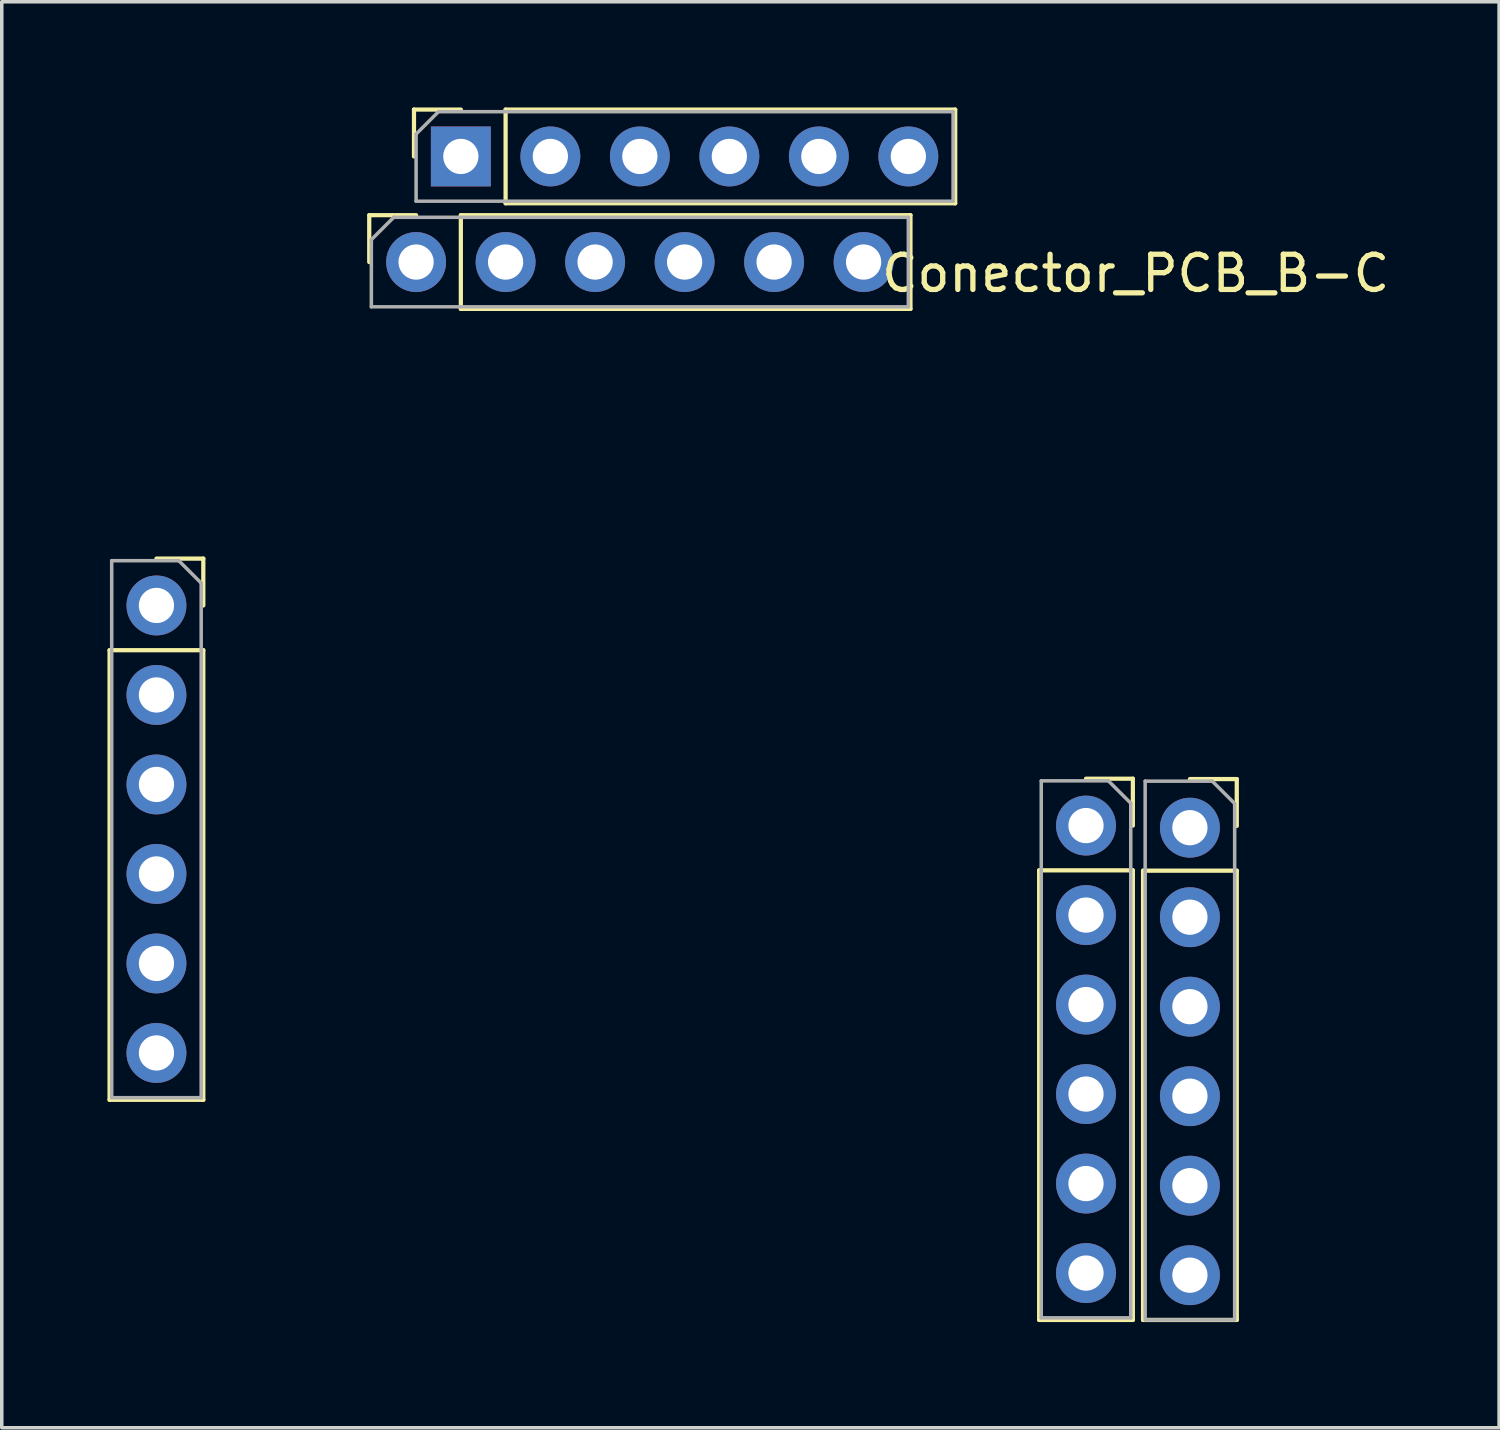
<source format=kicad_pcb>
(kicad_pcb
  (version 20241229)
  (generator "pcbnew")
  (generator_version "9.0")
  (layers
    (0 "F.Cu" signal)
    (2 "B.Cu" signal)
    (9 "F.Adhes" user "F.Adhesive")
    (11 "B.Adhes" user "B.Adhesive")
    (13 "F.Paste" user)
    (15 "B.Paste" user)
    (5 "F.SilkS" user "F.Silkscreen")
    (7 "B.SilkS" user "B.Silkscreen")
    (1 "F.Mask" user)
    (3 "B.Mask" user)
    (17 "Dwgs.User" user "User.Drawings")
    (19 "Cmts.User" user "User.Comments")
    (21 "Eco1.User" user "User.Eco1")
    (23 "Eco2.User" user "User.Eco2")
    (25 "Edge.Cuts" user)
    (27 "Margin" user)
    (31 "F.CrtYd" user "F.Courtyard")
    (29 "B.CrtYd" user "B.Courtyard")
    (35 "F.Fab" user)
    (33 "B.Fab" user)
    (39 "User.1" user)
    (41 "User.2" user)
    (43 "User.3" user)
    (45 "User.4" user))
  (footprint "Conector_PCB_B-C"
    (layer "F.Cu")
    (at 16.43 21.71)
    (property "Reference" "Conector_PCB_B-C" (at 12.75 -17 0) (layer "F.SilkS") (effects (font (size 1 1) (thickness 0.15))))
    (attr through_hole)
    (fp_line (start -16.37 -6.307) (end -16.37 6.453) (stroke (width 0.12) (type solid)) (layer "F.SilkS"))
    (fp_line (start -16.37 -6.307) (end -13.71 -6.307) (stroke (width 0.12) (type solid)) (layer "F.SilkS"))
    (fp_line (start -16.37 6.453) (end -13.71 6.453) (stroke (width 0.12) (type solid)) (layer "F.SilkS"))
    (fp_line (start -15.04 -8.907) (end -13.71 -8.907) (stroke (width 0.12) (type solid)) (layer "F.SilkS"))
    (fp_line (start -13.71 -8.907) (end -13.71 -7.577) (stroke (width 0.12) (type solid)) (layer "F.SilkS"))
    (fp_line (start -13.71 -6.307) (end -13.71 6.453) (stroke (width 0.12) (type solid)) (layer "F.SilkS"))
    (fp_line (start -9.001 -18.653) (end -7.671 -18.653) (stroke (width 0.12) (type solid)) (layer "F.SilkS"))
    (fp_line (start -9.001 -17.323) (end -9.001 -18.653) (stroke (width 0.12) (type solid)) (layer "F.SilkS"))
    (fp_line (start -7.731 -21.65) (end -6.401 -21.65) (stroke (width 0.12) (type solid)) (layer "F.SilkS"))
    (fp_line (start -7.731 -20.32) (end -7.731 -21.65) (stroke (width 0.12) (type solid)) (layer "F.SilkS"))
    (fp_line (start -6.401 -18.653) (end 6.359 -18.653) (stroke (width 0.12) (type solid)) (layer "F.SilkS"))
    (fp_line (start -6.401 -15.993) (end -6.401 -18.653) (stroke (width 0.12) (type solid)) (layer "F.SilkS"))
    (fp_line (start -6.401 -15.993) (end 6.359 -15.993) (stroke (width 0.12) (type solid)) (layer "F.SilkS"))
    (fp_line (start -5.131 -21.65) (end 7.629 -21.65) (stroke (width 0.12) (type solid)) (layer "F.SilkS"))
    (fp_line (start -5.131 -18.99) (end -5.131 -21.65) (stroke (width 0.12) (type solid)) (layer "F.SilkS"))
    (fp_line (start -5.131 -18.99) (end 7.629 -18.99) (stroke (width 0.12) (type solid)) (layer "F.SilkS"))
    (fp_line (start 6.359 -15.993) (end 6.359 -18.653) (stroke (width 0.12) (type solid)) (layer "F.SilkS"))
    (fp_line (start 7.629 -18.99) (end 7.629 -21.65) (stroke (width 0.12) (type solid)) (layer "F.SilkS"))
    (fp_line (start 10.011 -0.06) (end 10.011 12.7) (stroke (width 0.12) (type solid)) (layer "F.SilkS"))
    (fp_line (start 10.011 -0.06) (end 12.671 -0.06) (stroke (width 0.12) (type solid)) (layer "F.SilkS"))
    (fp_line (start 10.011 12.7) (end 12.671 12.7) (stroke (width 0.12) (type solid)) (layer "F.SilkS"))
    (fp_line (start 11.341 -2.66) (end 12.671 -2.66) (stroke (width 0.12) (type solid)) (layer "F.SilkS"))
    (fp_line (start 12.671 -2.66) (end 12.671 -1.33) (stroke (width 0.12) (type solid)) (layer "F.SilkS"))
    (fp_line (start 12.671 -0.06) (end 12.671 12.7) (stroke (width 0.12) (type solid)) (layer "F.SilkS"))
    (fp_line (start 12.96 -0.05) (end 12.96 12.7) (stroke (width 0.12) (type solid)) (layer "F.SilkS"))
    (fp_line (start 12.96 -0.05) (end 15.62 -0.05) (stroke (width 0.12) (type solid)) (layer "F.SilkS"))
    (fp_line (start 12.96 12.7) (end 15.62 12.7) (stroke (width 0.12) (type solid)) (layer "F.SilkS"))
    (fp_line (start 14.29 -2.65) (end 15.62 -2.65) (stroke (width 0.12) (type solid)) (layer "F.SilkS"))
    (fp_line (start 15.62 -2.65) (end 15.62 -1.32) (stroke (width 0.12) (type solid)) (layer "F.SilkS"))
    (fp_line (start 15.62 -0.05) (end 15.62 12.7) (stroke (width 0.12) (type solid)) (layer "F.SilkS"))
    (fp_line (start -16.31 -8.847) (end -14.405 -8.847) (stroke (width 0.1) (type solid)) (layer "F.Fab"))
    (fp_line (start -16.31 6.393) (end -16.31 -8.847) (stroke (width 0.1) (type solid)) (layer "F.Fab"))
    (fp_line (start -14.405 -8.847) (end -13.77 -8.212) (stroke (width 0.1) (type solid)) (layer "F.Fab"))
    (fp_line (start -13.77 -8.212) (end -13.77 6.393) (stroke (width 0.1) (type solid)) (layer "F.Fab"))
    (fp_line (start -13.77 6.393) (end -16.31 6.393) (stroke (width 0.1) (type solid)) (layer "F.Fab"))
    (fp_line (start -8.941 -17.958) (end -8.306 -18.593) (stroke (width 0.1) (type solid)) (layer "F.Fab"))
    (fp_line (start -8.941 -16.053) (end -8.941 -17.958) (stroke (width 0.1) (type solid)) (layer "F.Fab"))
    (fp_line (start -8.306 -18.593) (end 6.299 -18.593) (stroke (width 0.1) (type solid)) (layer "F.Fab"))
    (fp_line (start -7.671 -20.955) (end -7.036 -21.59) (stroke (width 0.1) (type solid)) (layer "F.Fab"))
    (fp_line (start -7.671 -19.05) (end -7.671 -20.955) (stroke (width 0.1) (type solid)) (layer "F.Fab"))
    (fp_line (start -7.036 -21.59) (end 7.569 -21.59) (stroke (width 0.1) (type solid)) (layer "F.Fab"))
    (fp_line (start 6.299 -18.593) (end 6.299 -16.053) (stroke (width 0.1) (type solid)) (layer "F.Fab"))
    (fp_line (start 6.299 -16.053) (end -8.941 -16.053) (stroke (width 0.1) (type solid)) (layer "F.Fab"))
    (fp_line (start 7.569 -21.59) (end 7.569 -19.05) (stroke (width 0.1) (type solid)) (layer "F.Fab"))
    (fp_line (start 7.569 -19.05) (end -7.671 -19.05) (stroke (width 0.1) (type solid)) (layer "F.Fab"))
    (fp_line (start 10.071 -2.6) (end 11.976 -2.6) (stroke (width 0.1) (type solid)) (layer "F.Fab"))
    (fp_line (start 10.071 12.64) (end 10.071 -2.6) (stroke (width 0.1) (type solid)) (layer "F.Fab"))
    (fp_line (start 11.976 -2.6) (end 12.611 -1.965) (stroke (width 0.1) (type solid)) (layer "F.Fab"))
    (fp_line (start 12.611 -1.965) (end 12.611 12.64) (stroke (width 0.1) (type solid)) (layer "F.Fab"))
    (fp_line (start 12.611 12.64) (end 10.071 12.64) (stroke (width 0.1) (type solid)) (layer "F.Fab"))
    (fp_line (start 13.02 -2.59) (end 14.925 -2.59) (stroke (width 0.1) (type solid)) (layer "F.Fab"))
    (fp_line (start 13.02 12.65) (end 13.02 -2.59) (stroke (width 0.1) (type solid)) (layer "F.Fab"))
    (fp_line (start 14.925 -2.59) (end 15.56 -1.955) (stroke (width 0.1) (type solid)) (layer "F.Fab"))
    (fp_line (start 15.56 -1.955) (end 15.56 12.65) (stroke (width 0.1) (type solid)) (layer "F.Fab"))
    (fp_line (start 15.56 12.7) (end 13.02 12.7) (stroke (width 0.1) (type solid)) (layer "F.Fab"))
    (pad "1" thru_hole rect (at -6.401 -20.32 90) (size 1.7 1.7) (drill 1) (layers "*.Cu" "*.Mask"))
    (pad "2" thru_hole oval (at -3.861 -20.32 90) (size 1.7 1.7) (drill 1) (layers "*.Cu" "*.Mask"))
    (pad "3" thru_hole oval (at -1.321 -20.32 90) (size 1.7 1.7) (drill 1) (layers "*.Cu" "*.Mask"))
    (pad "4" thru_hole oval (at 1.219 -20.32 90) (size 1.7 1.7) (drill 1) (layers "*.Cu" "*.Mask"))
    (pad "5" thru_hole oval (at 3.759 -20.32 90) (size 1.7 1.7) (drill 1) (layers "*.Cu" "*.Mask"))
    (pad "6" thru_hole oval (at 6.299 -20.32 90) (size 1.7 1.7) (drill 1) (layers "*.Cu" "*.Mask"))
    (pad "7" thru_hole circle (at -7.671 -17.323 90) (size 1.7 1.7) (drill 1) (layers "*.Cu" "*.Mask"))
    (pad "8" thru_hole oval (at -5.131 -17.323 90) (size 1.7 1.7) (drill 1) (layers "*.Cu" "*.Mask"))
    (pad "9" thru_hole oval (at -2.591 -17.323 90) (size 1.7 1.7) (drill 1) (layers "*.Cu" "*.Mask"))
    (pad "10" thru_hole oval (at -0.051 -17.323 90) (size 1.7 1.7) (drill 1) (layers "*.Cu" "*.Mask"))
    (pad "11" thru_hole oval (at 2.489 -17.323 90) (size 1.7 1.7) (drill 1) (layers "*.Cu" "*.Mask"))
    (pad "12" thru_hole oval (at 5.029 -17.323 90) (size 1.7 1.7) (drill 1) (layers "*.Cu" "*.Mask"))
    (pad "13" thru_hole circle (at -15.04 -7.577) (size 1.7 1.7) (drill 1) (layers "*.Cu" "*.Mask"))
    (pad "14" thru_hole oval (at -15.04 -5.037) (size 1.7 1.7) (drill 1) (layers "*.Cu" "*.Mask"))
    (pad "15" thru_hole oval (at -15.04 -2.497) (size 1.7 1.7) (drill 1) (layers "*.Cu" "*.Mask"))
    (pad "16" thru_hole oval (at -15.04 0.043) (size 1.7 1.7) (drill 1) (layers "*.Cu" "*.Mask"))
    (pad "17" thru_hole oval (at -15.04 2.583) (size 1.7 1.7) (drill 1) (layers "*.Cu" "*.Mask"))
    (pad "18" thru_hole oval (at -15.04 5.123) (size 1.7 1.7) (drill 1) (layers "*.Cu" "*.Mask"))
    (pad "19" thru_hole oval (at 14.29 11.43) (size 1.7 1.7) (drill 1) (layers "*.Cu" "*.Mask"))
    (pad "20" thru_hole oval (at 14.29 8.89) (size 1.7 1.7) (drill 1) (layers "*.Cu" "*.Mask"))
    (pad "21" thru_hole oval (at 14.29 6.35) (size 1.7 1.7) (drill 1) (layers "*.Cu" "*.Mask"))
    (pad "22" thru_hole oval (at 14.29 3.81) (size 1.7 1.7) (drill 1) (layers "*.Cu" "*.Mask"))
    (pad "23" thru_hole oval (at 14.29 1.27) (size 1.7 1.7) (drill 1) (layers "*.Cu" "*.Mask"))
    (pad "24" thru_hole circle (at 14.29 -1.27) (size 1.7 1.7) (drill 1) (layers "*.Cu" "*.Mask"))
    (pad "25" thru_hole circle (at 11.341 -1.33) (size 1.7 1.7) (drill 1) (layers "*.Cu" "*.Mask"))
    (pad "26" thru_hole oval (at 11.341 1.21) (size 1.7 1.7) (drill 1) (layers "*.Cu" "*.Mask"))
    (pad "27" thru_hole oval (at 11.341 3.75) (size 1.7 1.7) (drill 1) (layers "*.Cu" "*.Mask"))
    (pad "28" thru_hole oval (at 11.341 6.29) (size 1.7 1.7) (drill 1) (layers "*.Cu" "*.Mask"))
    (pad "29" thru_hole oval (at 11.341 8.83) (size 1.7 1.7) (drill 1) (layers "*.Cu" "*.Mask"))
    (pad "30" thru_hole oval (at 11.341 11.37) (size 1.7 1.7) (drill 1) (layers "*.Cu" "*.Mask")))
  (gr_rect
    (start -3 -3)
    (end 39.495 37.47)
    (stroke (width 0.1) (type default))
    (fill no)
    (layer "Edge.Cuts")))
</source>
